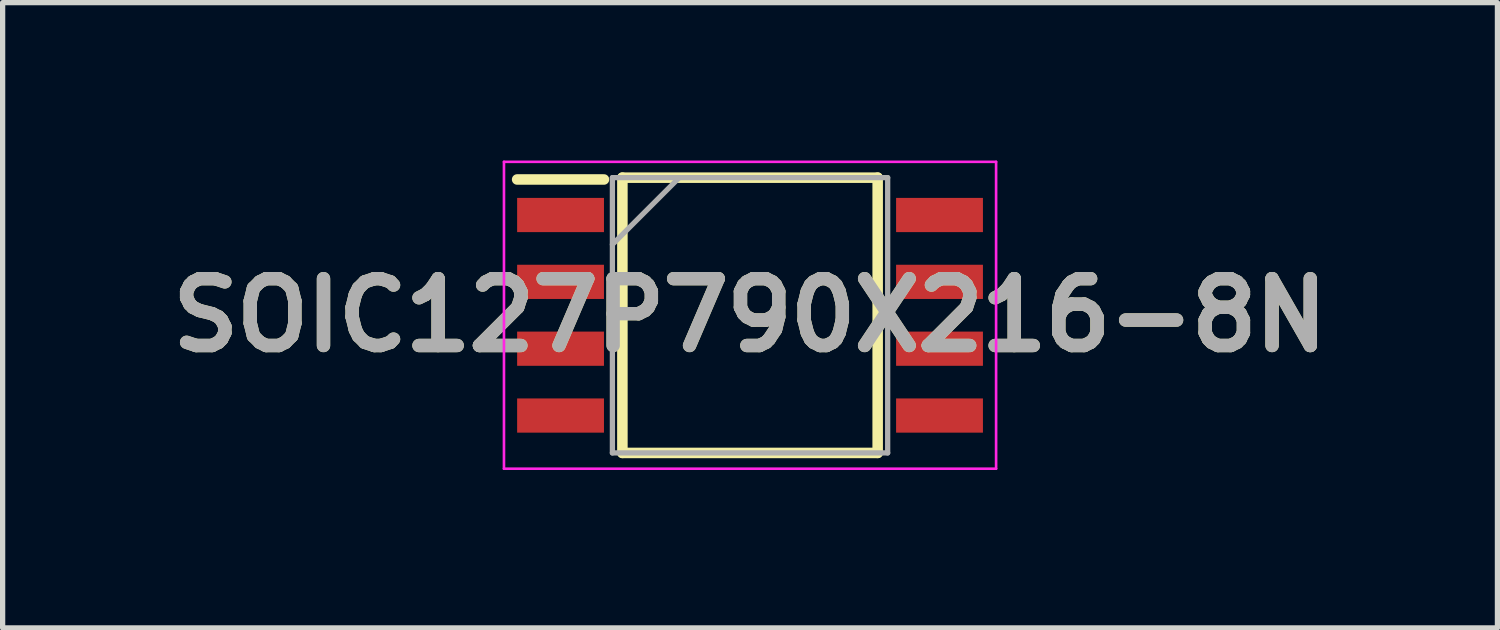
<source format=kicad_pcb>
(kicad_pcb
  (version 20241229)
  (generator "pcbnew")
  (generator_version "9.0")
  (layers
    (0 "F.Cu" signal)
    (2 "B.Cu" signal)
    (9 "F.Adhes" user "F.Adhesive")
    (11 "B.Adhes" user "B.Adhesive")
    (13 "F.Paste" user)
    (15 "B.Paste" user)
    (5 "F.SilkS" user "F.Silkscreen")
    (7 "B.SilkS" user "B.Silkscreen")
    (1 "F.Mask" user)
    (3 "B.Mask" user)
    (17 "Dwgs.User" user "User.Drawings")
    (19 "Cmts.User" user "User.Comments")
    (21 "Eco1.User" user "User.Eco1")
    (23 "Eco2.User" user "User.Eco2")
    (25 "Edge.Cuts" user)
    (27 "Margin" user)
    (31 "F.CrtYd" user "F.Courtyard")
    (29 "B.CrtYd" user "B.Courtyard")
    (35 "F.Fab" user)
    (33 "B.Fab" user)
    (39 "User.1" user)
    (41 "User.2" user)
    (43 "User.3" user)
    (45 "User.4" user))
  (footprint "SOIC127P790X216-8N"
    (layer "F.Cu")
    (at 11.2 2.94)
    (property "Reference" "SOIC127P790X216-8N" (at 0 0 0) (layer "F.SilkS") (effects (font (size 1.27 1.27) (thickness 0.254))))
    (attr smd)
    (fp_line (start -4.425 -2.58) (end -2.775 -2.58) (stroke (width 0.2) (type solid)) (layer "F.SilkS"))
    (fp_line (start -2.425 -2.615) (end 2.425 -2.615) (stroke (width 0.2) (type solid)) (layer "F.SilkS"))
    (fp_line (start -2.425 2.615) (end -2.425 -2.615) (stroke (width 0.2) (type solid)) (layer "F.SilkS"))
    (fp_line (start 2.425 -2.615) (end 2.425 2.615) (stroke (width 0.2) (type solid)) (layer "F.SilkS"))
    (fp_line (start 2.425 2.615) (end -2.425 2.615) (stroke (width 0.2) (type solid)) (layer "F.SilkS"))
    (fp_line (start -4.675 -2.915) (end 4.675 -2.915) (stroke (width 0.05) (type solid)) (layer "F.CrtYd"))
    (fp_line (start -4.675 2.915) (end -4.675 -2.915) (stroke (width 0.05) (type solid)) (layer "F.CrtYd"))
    (fp_line (start 4.675 -2.915) (end 4.675 2.915) (stroke (width 0.05) (type solid)) (layer "F.CrtYd"))
    (fp_line (start 4.675 2.915) (end -4.675 2.915) (stroke (width 0.05) (type solid)) (layer "F.CrtYd"))
    (fp_line (start -2.615 -2.615) (end 2.615 -2.615) (stroke (width 0.1) (type solid)) (layer "F.Fab"))
    (fp_line (start -2.615 -1.345) (end -1.345 -2.615) (stroke (width 0.1) (type solid)) (layer "F.Fab"))
    (fp_line (start -2.615 2.615) (end -2.615 -2.615) (stroke (width 0.1) (type solid)) (layer "F.Fab"))
    (fp_line (start 2.615 -2.615) (end 2.615 2.615) (stroke (width 0.1) (type solid)) (layer "F.Fab"))
    (fp_line (start 2.615 2.615) (end -2.615 2.615) (stroke (width 0.1) (type solid)) (layer "F.Fab"))
    (fp_text user "${REFERENCE}" (at 0 0 0) (layer "F.Fab") (effects (font (size 1.27 1.27) (thickness 0.254))))
    (pad "1" smd rect (at -3.6 -1.905 90) (size 0.65 1.65) (layers "F.Cu" "F.Mask" "F.Paste"))
    (pad "2" smd rect (at -3.6 -0.635 90) (size 0.65 1.65) (layers "F.Cu" "F.Mask" "F.Paste"))
    (pad "3" smd rect (at -3.6 0.635 90) (size 0.65 1.65) (layers "F.Cu" "F.Mask" "F.Paste"))
    (pad "4" smd rect (at -3.6 1.905 90) (size 0.65 1.65) (layers "F.Cu" "F.Mask" "F.Paste"))
    (pad "5" smd rect (at 3.6 1.905 90) (size 0.65 1.65) (layers "F.Cu" "F.Mask" "F.Paste"))
    (pad "6" smd rect (at 3.6 0.635 90) (size 0.65 1.65) (layers "F.Cu" "F.Mask" "F.Paste"))
    (pad "7" smd rect (at 3.6 -0.635 90) (size 0.65 1.65) (layers "F.Cu" "F.Mask" "F.Paste"))
    (pad "8" smd rect (at 3.6 -1.905 90) (size 0.65 1.65) (layers "F.Cu" "F.Mask" "F.Paste")))
  (gr_rect
    (start -3 -3)
    (end 25.4 8.88)
    (stroke (width 0.1) (type default))
    (fill no)
    (layer "Edge.Cuts")))
</source>
